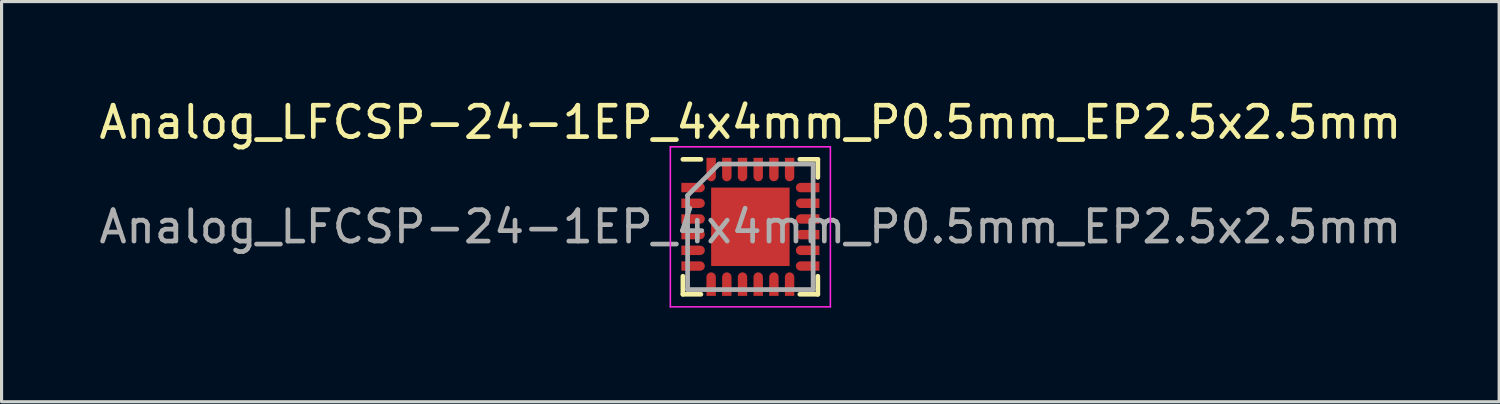
<source format=kicad_pcb>
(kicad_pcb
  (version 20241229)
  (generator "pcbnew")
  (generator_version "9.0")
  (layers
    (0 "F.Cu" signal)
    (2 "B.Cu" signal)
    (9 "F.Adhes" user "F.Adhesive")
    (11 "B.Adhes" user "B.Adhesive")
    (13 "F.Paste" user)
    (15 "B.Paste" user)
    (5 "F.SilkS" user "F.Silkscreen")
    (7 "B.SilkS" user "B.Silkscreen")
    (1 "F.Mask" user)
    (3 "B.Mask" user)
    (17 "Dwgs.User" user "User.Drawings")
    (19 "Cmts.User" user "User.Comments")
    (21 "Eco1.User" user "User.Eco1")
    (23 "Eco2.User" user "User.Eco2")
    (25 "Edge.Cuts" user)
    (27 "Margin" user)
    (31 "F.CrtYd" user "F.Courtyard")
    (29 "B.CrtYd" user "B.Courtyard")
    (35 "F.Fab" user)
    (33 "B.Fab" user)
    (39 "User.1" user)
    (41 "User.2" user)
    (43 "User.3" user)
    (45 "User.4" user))
  (footprint "Analog_LFCSP-24-1EP_4x4mm_P0.5mm_EP2.5x2.5mm"
    (layer "F.Cu")
    (at 20.863 4.178)
    (property "Reference" "Analog_LFCSP-24-1EP_4x4mm_P0.5mm_EP2.5x2.5mm" (at 0 -3.33 0) (layer "F.SilkS") (effects (font (size 1 1) (thickness 0.15))))
    (attr smd)
    (fp_line (start -2.15 -2.15) (end -1.575 -2.15) (stroke (width 0.15) (type solid)) (layer "F.SilkS"))
    (fp_line (start -2.15 2.15) (end -2.15 1.575) (stroke (width 0.15) (type solid)) (layer "F.SilkS"))
    (fp_line (start -2.15 2.15) (end -1.575 2.15) (stroke (width 0.15) (type solid)) (layer "F.SilkS"))
    (fp_line (start 2.15 -2.15) (end 1.575 -2.15) (stroke (width 0.15) (type solid)) (layer "F.SilkS"))
    (fp_line (start 2.15 -2.15) (end 2.15 -1.575) (stroke (width 0.15) (type solid)) (layer "F.SilkS"))
    (fp_line (start 2.15 2.15) (end 1.575 2.15) (stroke (width 0.15) (type solid)) (layer "F.SilkS"))
    (fp_line (start 2.15 2.15) (end 2.15 1.575) (stroke (width 0.15) (type solid)) (layer "F.SilkS"))
    (fp_line (start -2.55 -2.55) (end -2.55 2.55) (stroke (width 0.05) (type solid)) (layer "F.CrtYd"))
    (fp_line (start -2.55 -2.55) (end 2.55 -2.55) (stroke (width 0.05) (type solid)) (layer "F.CrtYd"))
    (fp_line (start -2.55 2.55) (end 2.55 2.55) (stroke (width 0.05) (type solid)) (layer "F.CrtYd"))
    (fp_line (start 2.55 -2.55) (end 2.55 2.55) (stroke (width 0.05) (type solid)) (layer "F.CrtYd"))
    (fp_line (start -2 -1) (end -1 -2) (stroke (width 0.15) (type solid)) (layer "F.Fab"))
    (fp_line (start -2 2) (end -2 -1) (stroke (width 0.15) (type solid)) (layer "F.Fab"))
    (fp_line (start -1 -2) (end 2 -2) (stroke (width 0.15) (type solid)) (layer "F.Fab"))
    (fp_line (start 2 -2) (end 2 2) (stroke (width 0.15) (type solid)) (layer "F.Fab"))
    (fp_line (start 2 2) (end -2 2) (stroke (width 0.15) (type solid)) (layer "F.Fab"))
    (fp_text user "${REFERENCE}" (at 0 0 0) (layer "F.Fab") (effects (font (size 1 1) (thickness 0.15))))
    (pad "" smd rect (at -0.6 -0.6) (size 1.05 1.05) (layers "F.Paste"))
    (pad "" smd rect (at -0.6 0.6) (size 1.05 1.05) (layers "F.Paste"))
    (pad "" smd rect (at 0.6 -0.6) (size 1.05 1.05) (layers "F.Paste"))
    (pad "" smd rect (at 0.6 0.6) (size 1.05 1.05) (layers "F.Paste"))
    (pad "1" smd custom (at -2 -1.25) (size 0.4 0.3) (layers "F.Cu" "F.Mask" "F.Paste") (options (anchor rect)) (primitives (gr_circle (center 0.4 0) (end 0.475 0) (width 0.15) (fill no)) (gr_poly (pts (xy 0.4 -0.1) (xy -0.15 -0.1) (xy -0.15 0.1) (xy 0.4 0.1) (xy 0.4 -0.01)) (width 0.1) (fill yes))))
    (pad "2" smd custom (at -2 -0.75) (size 0.4 0.3) (layers "F.Cu" "F.Mask" "F.Paste") (options (anchor rect)) (primitives (gr_circle (center 0.4 0) (end 0.475 0) (width 0.15) (fill no)) (gr_poly (pts (xy 0.4 -0.1) (xy -0.15 -0.1) (xy -0.15 0.1) (xy 0.4 0.1) (xy 0.4 -0.01)) (width 0.1) (fill yes))))
    (pad "3" smd custom (at -2 -0.25) (size 0.4 0.3) (layers "F.Cu" "F.Mask" "F.Paste") (options (anchor rect)) (primitives (gr_circle (center 0.4 0) (end 0.475 0) (width 0.15) (fill no)) (gr_poly (pts (xy 0.4 -0.1) (xy -0.15 -0.1) (xy -0.15 0.1) (xy 0.4 0.1) (xy 0.4 -0.01)) (width 0.1) (fill yes))))
    (pad "4" smd custom (at -2 0.25) (size 0.4 0.3) (layers "F.Cu" "F.Mask" "F.Paste") (options (anchor rect)) (primitives (gr_circle (center 0.4 0) (end 0.475 0) (width 0.15) (fill no)) (gr_poly (pts (xy 0.4 -0.1) (xy -0.15 -0.1) (xy -0.15 0.1) (xy 0.4 0.1) (xy 0.4 -0.01)) (width 0.1) (fill yes))))
    (pad "5" smd custom (at -2 0.75) (size 0.4 0.3) (layers "F.Cu" "F.Mask" "F.Paste") (options (anchor rect)) (primitives (gr_circle (center 0.4 0) (end 0.475 0) (width 0.15) (fill no)) (gr_poly (pts (xy 0.4 -0.1) (xy -0.15 -0.1) (xy -0.15 0.1) (xy 0.4 0.1) (xy 0.4 -0.01)) (width 0.1) (fill yes))))
    (pad "6" smd custom (at -2 1.25) (size 0.4 0.3) (layers "F.Cu" "F.Mask" "F.Paste") (options (anchor rect)) (primitives (gr_circle (center 0.4 0) (end 0.475 0) (width 0.15) (fill no)) (gr_poly (pts (xy 0.4 -0.1) (xy -0.15 -0.1) (xy -0.15 0.1) (xy 0.4 0.1) (xy 0.4 -0.01)) (width 0.1) (fill yes))))
    (pad "7" smd custom (at -1.25 2 90) (size 0.4 0.3) (layers "F.Cu" "F.Mask" "F.Paste") (options (anchor rect)) (primitives (gr_circle (center 0.4 0) (end 0.475 0) (width 0.15) (fill no)) (gr_poly (pts (xy 0.4 -0.1) (xy -0.15 -0.1) (xy -0.15 0.1) (xy 0.4 0.1) (xy 0.4 -0.01)) (width 0.1) (fill yes))))
    (pad "8" smd custom (at -0.75 2 90) (size 0.4 0.3) (layers "F.Cu" "F.Mask" "F.Paste") (options (anchor rect)) (primitives (gr_circle (center 0.4 0) (end 0.475 0) (width 0.15) (fill no)) (gr_poly (pts (xy 0.4 -0.1) (xy -0.15 -0.1) (xy -0.15 0.1) (xy 0.4 0.1) (xy 0.4 -0.01)) (width 0.1) (fill yes))))
    (pad "9" smd custom (at -0.25 2 90) (size 0.4 0.3) (layers "F.Cu" "F.Mask" "F.Paste") (options (anchor rect)) (primitives (gr_circle (center 0.4 0) (end 0.475 0) (width 0.15) (fill no)) (gr_poly (pts (xy 0.4 -0.1) (xy -0.15 -0.1) (xy -0.15 0.1) (xy 0.4 0.1) (xy 0.4 -0.01)) (width 0.1) (fill yes))))
    (pad "10" smd custom (at 0.25 2 90) (size 0.4 0.3) (layers "F.Cu" "F.Mask" "F.Paste") (options (anchor rect)) (primitives (gr_circle (center 0.4 0) (end 0.475 0) (width 0.15) (fill no)) (gr_poly (pts (xy 0.4 -0.1) (xy -0.15 -0.1) (xy -0.15 0.1) (xy 0.4 0.1) (xy 0.4 -0.01)) (width 0.1) (fill yes))))
    (pad "11" smd custom (at 0.75 2 90) (size 0.4 0.3) (layers "F.Cu" "F.Mask" "F.Paste") (options (anchor rect)) (primitives (gr_circle (center 0.4 0) (end 0.475 0) (width 0.15) (fill no)) (gr_poly (pts (xy 0.4 -0.1) (xy -0.15 -0.1) (xy -0.15 0.1) (xy 0.4 0.1) (xy 0.4 -0.01)) (width 0.1) (fill yes))))
    (pad "12" smd custom (at 1.25 2 90) (size 0.4 0.3) (layers "F.Cu" "F.Mask" "F.Paste") (options (anchor rect)) (primitives (gr_circle (center 0.4 0) (end 0.475 0) (width 0.15) (fill no)) (gr_poly (pts (xy 0.4 -0.1) (xy -0.15 -0.1) (xy -0.15 0.1) (xy 0.4 0.1) (xy 0.4 -0.01)) (width 0.1) (fill yes))))
    (pad "13" smd custom (at 2 1.25 180) (size 0.4 0.3) (layers "F.Cu" "F.Mask" "F.Paste") (options (anchor rect)) (primitives (gr_circle (center 0.4 0) (end 0.475 0) (width 0.15) (fill no)) (gr_poly (pts (xy 0.4 -0.1) (xy -0.15 -0.1) (xy -0.15 0.1) (xy 0.4 0.1) (xy 0.4 -0.01)) (width 0.1) (fill yes))))
    (pad "14" smd custom (at 2 0.75 180) (size 0.4 0.3) (layers "F.Cu" "F.Mask" "F.Paste") (options (anchor rect)) (primitives (gr_circle (center 0.4 0) (end 0.475 0) (width 0.15) (fill no)) (gr_poly (pts (xy 0.4 -0.1) (xy -0.15 -0.1) (xy -0.15 0.1) (xy 0.4 0.1) (xy 0.4 -0.01)) (width 0.1) (fill yes))))
    (pad "15" smd custom (at 2 0.25 180) (size 0.4 0.3) (layers "F.Cu" "F.Mask" "F.Paste") (options (anchor rect)) (primitives (gr_circle (center 0.4 0) (end 0.475 0) (width 0.15) (fill no)) (gr_poly (pts (xy 0.4 -0.1) (xy -0.15 -0.1) (xy -0.15 0.1) (xy 0.4 0.1) (xy 0.4 -0.01)) (width 0.1) (fill yes))))
    (pad "16" smd custom (at 2 -0.25 180) (size 0.4 0.3) (layers "F.Cu" "F.Mask" "F.Paste") (options (anchor rect)) (primitives (gr_circle (center 0.4 0) (end 0.475 0) (width 0.15) (fill no)) (gr_poly (pts (xy 0.4 -0.1) (xy -0.15 -0.1) (xy -0.15 0.1) (xy 0.4 0.1) (xy 0.4 -0.01)) (width 0.1) (fill yes))))
    (pad "17" smd custom (at 2 -0.75 180) (size 0.4 0.3) (layers "F.Cu" "F.Mask" "F.Paste") (options (anchor rect)) (primitives (gr_circle (center 0.4 0) (end 0.475 0) (width 0.15) (fill no)) (gr_poly (pts (xy 0.4 -0.1) (xy -0.15 -0.1) (xy -0.15 0.1) (xy 0.4 0.1) (xy 0.4 -0.01)) (width 0.1) (fill yes))))
    (pad "18" smd custom (at 2 -1.25 180) (size 0.4 0.3) (layers "F.Cu" "F.Mask" "F.Paste") (options (anchor rect)) (primitives (gr_circle (center 0.4 0) (end 0.475 0) (width 0.15) (fill no)) (gr_poly (pts (xy 0.4 -0.1) (xy -0.15 -0.1) (xy -0.15 0.1) (xy 0.4 0.1) (xy 0.4 -0.01)) (width 0.1) (fill yes))))
    (pad "19" smd custom (at 1.25 -2 270) (size 0.4 0.3) (layers "F.Cu" "F.Mask" "F.Paste") (options (anchor rect)) (primitives (gr_circle (center 0.4 0) (end 0.475 0) (width 0.15) (fill no)) (gr_poly (pts (xy 0.4 -0.1) (xy -0.15 -0.1) (xy -0.15 0.1) (xy 0.4 0.1) (xy 0.4 -0.01)) (width 0.1) (fill yes))))
    (pad "20" smd custom (at 0.75 -2 270) (size 0.4 0.3) (layers "F.Cu" "F.Mask" "F.Paste") (options (anchor rect)) (primitives (gr_circle (center 0.4 0) (end 0.475 0) (width 0.15) (fill no)) (gr_poly (pts (xy 0.4 -0.1) (xy -0.15 -0.1) (xy -0.15 0.1) (xy 0.4 0.1) (xy 0.4 -0.01)) (width 0.1) (fill yes))))
    (pad "21" smd custom (at 0.25 -2 270) (size 0.4 0.3) (layers "F.Cu" "F.Mask" "F.Paste") (options (anchor rect)) (primitives (gr_circle (center 0.4 0) (end 0.475 0) (width 0.15) (fill no)) (gr_poly (pts (xy 0.4 -0.1) (xy -0.15 -0.1) (xy -0.15 0.1) (xy 0.4 0.1) (xy 0.4 -0.01)) (width 0.1) (fill yes))))
    (pad "22" smd custom (at -0.25 -2 270) (size 0.4 0.3) (layers "F.Cu" "F.Mask" "F.Paste") (options (anchor rect)) (primitives (gr_circle (center 0.4 0) (end 0.475 0) (width 0.15) (fill no)) (gr_poly (pts (xy 0.4 -0.1) (xy -0.15 -0.1) (xy -0.15 0.1) (xy 0.4 0.1) (xy 0.4 -0.01)) (width 0.1) (fill yes))))
    (pad "23" smd custom (at -0.75 -2 270) (size 0.4 0.3) (layers "F.Cu" "F.Mask" "F.Paste") (options (anchor rect)) (primitives (gr_circle (center 0.4 0) (end 0.475 0) (width 0.15) (fill no)) (gr_poly (pts (xy 0.4 -0.1) (xy -0.15 -0.1) (xy -0.15 0.1) (xy 0.4 0.1) (xy 0.4 -0.01)) (width 0.1) (fill yes))))
    (pad "24" smd custom (at -1.25 -2 270) (size 0.4 0.3) (layers "F.Cu" "F.Mask" "F.Paste") (options (anchor rect)) (primitives (gr_circle (center 0.4 0) (end 0.475 0) (width 0.15) (fill no)) (gr_poly (pts (xy 0.4 -0.1) (xy -0.15 -0.1) (xy -0.15 0.1) (xy 0.4 0.1) (xy 0.4 -0.01)) (width 0.1) (fill yes))))
    (pad "26" smd rect (at 0 0) (size 2.5 2.5) (layers "F.Cu" "F.Mask")))
  (gr_rect
    (start -3 -3)
    (end 44.726 9.753)
    (stroke (width 0.1) (type default))
    (fill no)
    (layer "Edge.Cuts")))
</source>
